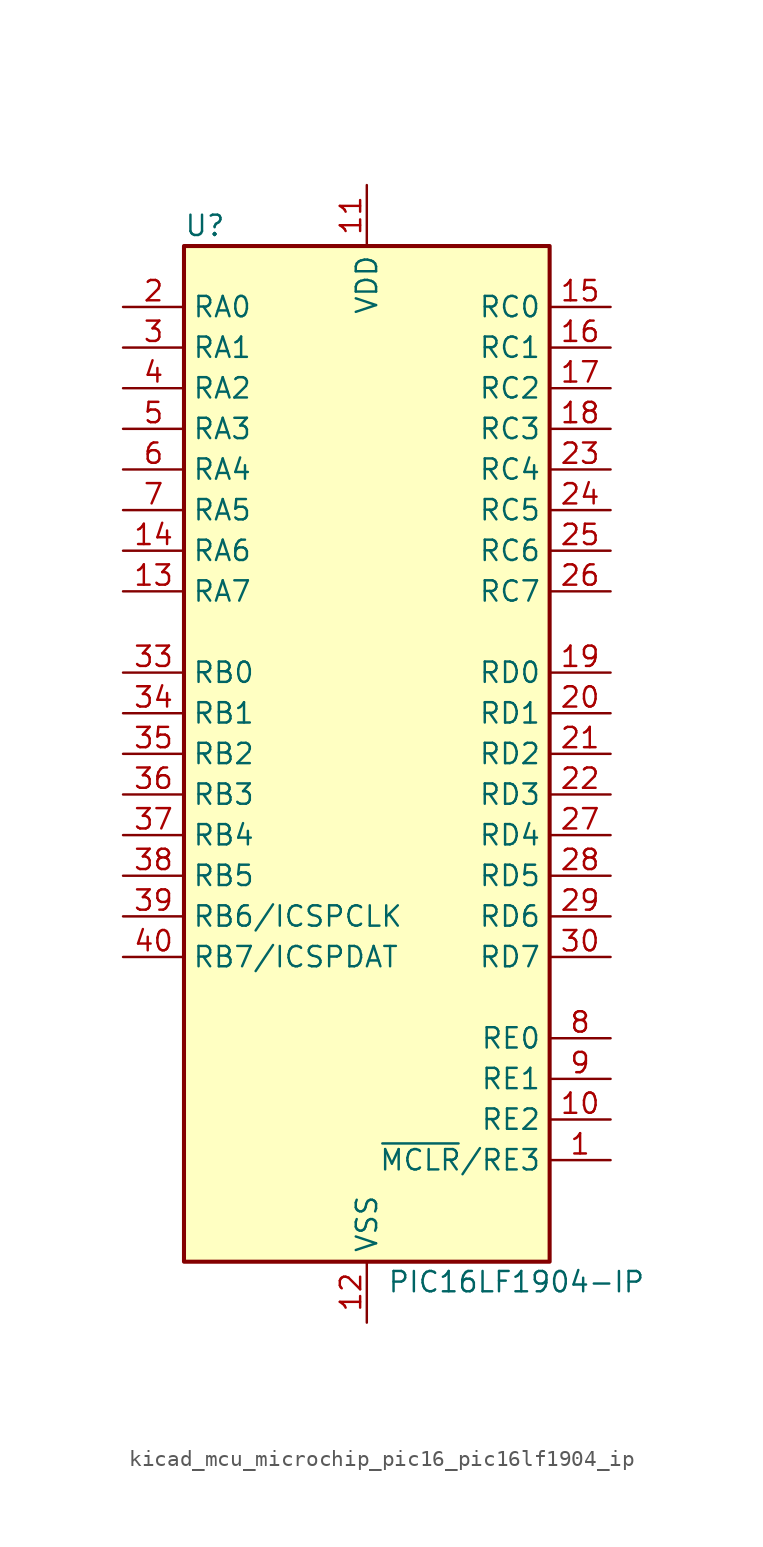
<source format=kicad_sym>
(kicad_symbol_lib
  (version 20220914)
  (generator kicad_symbol_editor)
  (symbol "kicad_mcu_microchip_pic16_pic16lf1904_ip"
    (property "Reference" "U"
      (at -11.43 33.02 0)
      (effects (font (size 1.27 1.27)) (justify left)))
    (property "Value" "PIC16LF1904-IP"
      (at 1.27 -33.02 0)
      (effects (font (size 1.27 1.27)) (justify left)))
    (symbol "kicad_mcu_microchip_pic16_pic16lf1904_ip_0_1"
      (rectangle (start -11.43 31.75) (end 11.43 -31.75) (stroke (width 0.254) (type default)) (fill (type background))))
    (symbol "kicad_mcu_microchip_pic16_pic16lf1904_ip_1_1"
      (pin bidirectional line (at 15.24 -25.4 180) (length 3.81) (name "~{MCLR}/RE3" (effects (font (size 1.27 1.27)))) (number "1" (effects (font (size 1.27 1.27)))) (alternate "VPP" bidirectional line))
      (pin bidirectional line (at 15.24 -22.86 180) (length 3.81) (name "RE2" (effects (font (size 1.27 1.27)))) (number "10" (effects (font (size 1.27 1.27)))) (alternate "AN7" bidirectional line) (alternate "SEG23" bidirectional line))
      (pin power_in line (at 0 35.56 270) (length 3.81) (name "VDD" (effects (font (size 1.27 1.27)))) (number "11" (effects (font (size 1.27 1.27)))))
      (pin power_in line (at 0 -35.56 90) (length 3.81) (name "VSS" (effects (font (size 1.27 1.27)))) (number "12" (effects (font (size 1.27 1.27)))))
      (pin bidirectional line (at -15.24 10.16 0) (length 3.81) (name "RA7" (effects (font (size 1.27 1.27)))) (number "13" (effects (font (size 1.27 1.27)))) (alternate "CLKIN" bidirectional line) (alternate "SEG2" bidirectional line))
      (pin bidirectional line (at -15.24 12.7 0) (length 3.81) (name "RA6" (effects (font (size 1.27 1.27)))) (number "14" (effects (font (size 1.27 1.27)))) (alternate "CLKOUT" bidirectional line) (alternate "SEG1" bidirectional line))
      (pin bidirectional line (at 15.24 27.94 180) (length 3.81) (name "RC0" (effects (font (size 1.27 1.27)))) (number "15" (effects (font (size 1.27 1.27)))) (alternate "T1CKI" bidirectional line) (alternate "T1OSO" bidirectional line))
      (pin bidirectional line (at 15.24 25.4 180) (length 3.81) (name "RC1" (effects (font (size 1.27 1.27)))) (number "16" (effects (font (size 1.27 1.27)))) (alternate "T1OSI" bidirectional line))
      (pin bidirectional line (at 15.24 22.86 180) (length 3.81) (name "RC2" (effects (font (size 1.27 1.27)))) (number "17" (effects (font (size 1.27 1.27)))) (alternate "SEG3" bidirectional line))
      (pin bidirectional line (at 15.24 20.32 180) (length 3.81) (name "RC3" (effects (font (size 1.27 1.27)))) (number "18" (effects (font (size 1.27 1.27)))) (alternate "SEG6" bidirectional line))
      (pin bidirectional line (at 15.24 5.08 180) (length 3.81) (name "RD0" (effects (font (size 1.27 1.27)))) (number "19" (effects (font (size 1.27 1.27)))) (alternate "COM3" bidirectional line))
      (pin bidirectional line (at -15.24 27.94 0) (length 3.81) (name "RA0" (effects (font (size 1.27 1.27)))) (number "2" (effects (font (size 1.27 1.27)))) (alternate "AN0" bidirectional line) (alternate "SEG12" bidirectional line))
      (pin bidirectional line (at 15.24 2.54 180) (length 3.81) (name "RD1" (effects (font (size 1.27 1.27)))) (number "20" (effects (font (size 1.27 1.27)))) (alternate "SEG27" bidirectional line))
      (pin bidirectional line (at 15.24 0 180) (length 3.81) (name "RD2" (effects (font (size 1.27 1.27)))) (number "21" (effects (font (size 1.27 1.27)))) (alternate "SEG28" bidirectional line))
      (pin bidirectional line (at 15.24 -2.54 180) (length 3.81) (name "RD3" (effects (font (size 1.27 1.27)))) (number "22" (effects (font (size 1.27 1.27)))) (alternate "SEG16" bidirectional line))
      (pin bidirectional line (at 15.24 17.78 180) (length 3.81) (name "RC4" (effects (font (size 1.27 1.27)))) (number "23" (effects (font (size 1.27 1.27)))) (alternate "SEG11" bidirectional line) (alternate "T1G" bidirectional line))
      (pin bidirectional line (at 15.24 15.24 180) (length 3.81) (name "RC5" (effects (font (size 1.27 1.27)))) (number "24" (effects (font (size 1.27 1.27)))) (alternate "SEG10" bidirectional line))
      (pin bidirectional line (at 15.24 12.7 180) (length 3.81) (name "RC6" (effects (font (size 1.27 1.27)))) (number "25" (effects (font (size 1.27 1.27)))) (alternate "CK" bidirectional line) (alternate "SEG9" bidirectional line) (alternate "TX" bidirectional line))
      (pin bidirectional line (at 15.24 10.16 180) (length 3.81) (name "RC7" (effects (font (size 1.27 1.27)))) (number "26" (effects (font (size 1.27 1.27)))) (alternate "DT" bidirectional line) (alternate "RX" bidirectional line) (alternate "SEG8" bidirectional line))
      (pin bidirectional line (at 15.24 -5.08 180) (length 3.81) (name "RD4" (effects (font (size 1.27 1.27)))) (number "27" (effects (font (size 1.27 1.27)))) (alternate "SEG17" bidirectional line))
      (pin bidirectional line (at 15.24 -7.62 180) (length 3.81) (name "RD5" (effects (font (size 1.27 1.27)))) (number "28" (effects (font (size 1.27 1.27)))) (alternate "SEG18" bidirectional line))
      (pin bidirectional line (at 15.24 -10.16 180) (length 3.81) (name "RD6" (effects (font (size 1.27 1.27)))) (number "29" (effects (font (size 1.27 1.27)))) (alternate "SEG19" bidirectional line))
      (pin bidirectional line (at -15.24 25.4 0) (length 3.81) (name "RA1" (effects (font (size 1.27 1.27)))) (number "3" (effects (font (size 1.27 1.27)))) (alternate "AN1" bidirectional line) (alternate "SEG7" bidirectional line))
      (pin bidirectional line (at 15.24 -12.7 180) (length 3.81) (name "RD7" (effects (font (size 1.27 1.27)))) (number "30" (effects (font (size 1.27 1.27)))) (alternate "SEG20" bidirectional line))
      (pin passive line (at 0 -35.56 90) (length 3.81) hide (name "VSS" (effects (font (size 1.27 1.27)))) (number "31" (effects (font (size 1.27 1.27)))))
      (pin passive line (at 0 35.56 270) (length 3.81) hide (name "VDD" (effects (font (size 1.27 1.27)))) (number "32" (effects (font (size 1.27 1.27)))))
      (pin bidirectional line (at -15.24 5.08 0) (length 3.81) (name "RB0" (effects (font (size 1.27 1.27)))) (number "33" (effects (font (size 1.27 1.27)))) (alternate "AN12" bidirectional line) (alternate "INT" bidirectional line) (alternate "SEG0" bidirectional line))
      (pin bidirectional line (at -15.24 2.54 0) (length 3.81) (name "RB1" (effects (font (size 1.27 1.27)))) (number "34" (effects (font (size 1.27 1.27)))) (alternate "AN10" bidirectional line) (alternate "SEG24" bidirectional line) (alternate "VLCD1" bidirectional line))
      (pin bidirectional line (at -15.24 0 0) (length 3.81) (name "RB2" (effects (font (size 1.27 1.27)))) (number "35" (effects (font (size 1.27 1.27)))) (alternate "AN8" bidirectional line) (alternate "SEG25" bidirectional line) (alternate "VLCD2" bidirectional line))
      (pin bidirectional line (at -15.24 -2.54 0) (length 3.81) (name "RB3" (effects (font (size 1.27 1.27)))) (number "36" (effects (font (size 1.27 1.27)))) (alternate "AN9" bidirectional line) (alternate "SEG26" bidirectional line) (alternate "VLCD3" bidirectional line))
      (pin bidirectional line (at -15.24 -5.08 0) (length 3.81) (name "RB4" (effects (font (size 1.27 1.27)))) (number "37" (effects (font (size 1.27 1.27)))) (alternate "AN11" bidirectional line) (alternate "COM0" bidirectional line))
      (pin bidirectional line (at -15.24 -7.62 0) (length 3.81) (name "RB5" (effects (font (size 1.27 1.27)))) (number "38" (effects (font (size 1.27 1.27)))) (alternate "AN13" bidirectional line) (alternate "COM1" bidirectional line))
      (pin bidirectional line (at -15.24 -10.16 0) (length 3.81) (name "RB6/ICSPCLK" (effects (font (size 1.27 1.27)))) (number "39" (effects (font (size 1.27 1.27)))) (alternate "ICDCLK" bidirectional line) (alternate "SEG14" bidirectional line))
      (pin bidirectional line (at -15.24 22.86 0) (length 3.81) (name "RA2" (effects (font (size 1.27 1.27)))) (number "4" (effects (font (size 1.27 1.27)))) (alternate "AN2" bidirectional line) (alternate "COM2" bidirectional line))
      (pin bidirectional line (at -15.24 -12.7 0) (length 3.81) (name "RB7/ICSPDAT" (effects (font (size 1.27 1.27)))) (number "40" (effects (font (size 1.27 1.27)))) (alternate "ICDDAT" bidirectional line) (alternate "SEG13" bidirectional line))
      (pin bidirectional line (at -15.24 20.32 0) (length 3.81) (name "RA3" (effects (font (size 1.27 1.27)))) (number "5" (effects (font (size 1.27 1.27)))) (alternate "AN3" bidirectional line) (alternate "SEG15" bidirectional line) (alternate "VREF+" bidirectional line))
      (pin bidirectional line (at -15.24 17.78 0) (length 3.81) (name "RA4" (effects (font (size 1.27 1.27)))) (number "6" (effects (font (size 1.27 1.27)))) (alternate "SEG4" bidirectional line) (alternate "T0CKI" bidirectional line))
      (pin bidirectional line (at -15.24 15.24 0) (length 3.81) (name "RA5" (effects (font (size 1.27 1.27)))) (number "7" (effects (font (size 1.27 1.27)))) (alternate "AN4" bidirectional line) (alternate "SEG5" bidirectional line))
      (pin bidirectional line (at 15.24 -17.78 180) (length 3.81) (name "RE0" (effects (font (size 1.27 1.27)))) (number "8" (effects (font (size 1.27 1.27)))) (alternate "AN5" bidirectional line) (alternate "SEG21" bidirectional line))
      (pin bidirectional line (at 15.24 -20.32 180) (length 3.81) (name "RE1" (effects (font (size 1.27 1.27)))) (number "9" (effects (font (size 1.27 1.27)))) (alternate "AN6" bidirectional line) (alternate "SEG22" bidirectional line)))))
</source>
